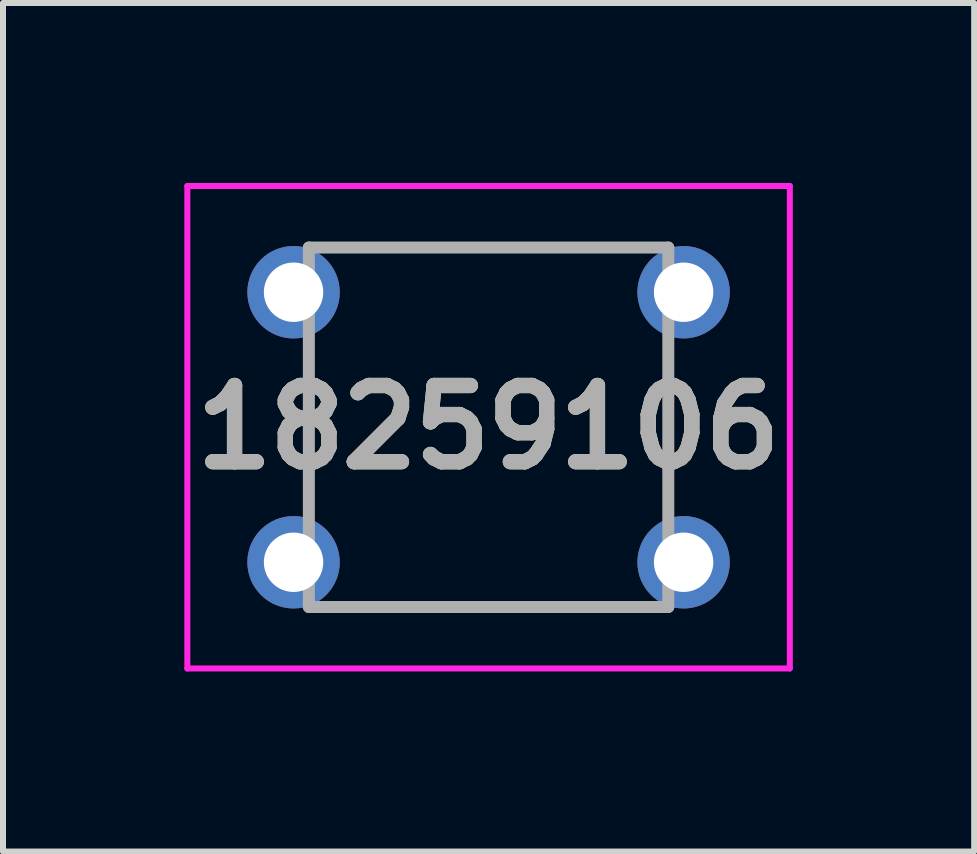
<source format=kicad_pcb>
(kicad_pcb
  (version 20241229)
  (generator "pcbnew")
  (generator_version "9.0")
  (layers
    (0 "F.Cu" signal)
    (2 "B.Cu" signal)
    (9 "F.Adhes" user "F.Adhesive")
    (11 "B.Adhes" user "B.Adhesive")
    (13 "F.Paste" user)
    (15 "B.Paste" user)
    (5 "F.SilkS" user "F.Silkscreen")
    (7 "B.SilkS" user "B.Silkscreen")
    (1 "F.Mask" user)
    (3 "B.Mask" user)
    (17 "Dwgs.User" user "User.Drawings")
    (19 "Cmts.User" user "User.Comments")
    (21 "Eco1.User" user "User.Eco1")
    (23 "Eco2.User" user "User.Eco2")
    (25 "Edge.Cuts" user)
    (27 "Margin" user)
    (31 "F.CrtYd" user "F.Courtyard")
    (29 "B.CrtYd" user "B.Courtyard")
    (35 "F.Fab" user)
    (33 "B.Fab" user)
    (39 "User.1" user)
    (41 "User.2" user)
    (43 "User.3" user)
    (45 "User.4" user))
  (footprint "18259106"
    (layer "F.Cu")
    (at 1.842 1.82)
    (property "Reference" "18259106" (at 3.25 2.25 0) (layer "F.SilkS") (effects (font (size 1.27 1.27) (thickness 0.254))))
    (attr through_hole)
    (fp_line (start 0.25 1.25) (end 0.25 1.25) (stroke (width 0.1) (type solid)) (layer "F.SilkS"))
    (fp_line (start 0.25 1.25) (end 0.255 3.25) (stroke (width 0.1) (type solid)) (layer "F.SilkS"))
    (fp_line (start 0.255 3.25) (end 0.255 3.25) (stroke (width 0.1) (type solid)) (layer "F.SilkS"))
    (fp_line (start 1.25 -0.75) (end 5.25 -0.75) (stroke (width 0.1) (type solid)) (layer "F.SilkS"))
    (fp_line (start 1.25 5.25) (end 5.25 5.25) (stroke (width 0.1) (type solid)) (layer "F.SilkS"))
    (fp_line (start 6.245 1.25) (end 6.245 1.25) (stroke (width 0.1) (type solid)) (layer "F.SilkS"))
    (fp_line (start 6.245 1.25) (end 6.25 3.25) (stroke (width 0.1) (type solid)) (layer "F.SilkS"))
    (fp_line (start -1.77 -1.77) (end 8.27 -1.77) (stroke (width 0.1) (type solid)) (layer "F.CrtYd"))
    (fp_line (start -1.77 6.27) (end -1.77 -1.77) (stroke (width 0.1) (type solid)) (layer "F.CrtYd"))
    (fp_line (start 8.27 -1.77) (end 8.27 6.27) (stroke (width 0.1) (type solid)) (layer "F.CrtYd"))
    (fp_line (start 8.27 6.27) (end -1.77 6.27) (stroke (width 0.1) (type solid)) (layer "F.CrtYd"))
    (fp_line (start 0.255 -0.745) (end 6.245 -0.745) (stroke (width 0.2) (type solid)) (layer "F.Fab"))
    (fp_line (start 0.255 5.245) (end 0.255 -0.745) (stroke (width 0.2) (type solid)) (layer "F.Fab"))
    (fp_line (start 6.245 -0.745) (end 6.245 5.245) (stroke (width 0.2) (type solid)) (layer "F.Fab"))
    (fp_line (start 6.245 5.245) (end 0.255 5.245) (stroke (width 0.2) (type solid)) (layer "F.Fab"))
    (fp_text user "${REFERENCE}" (at 3.25 2.25 0) (layer "F.Fab") (effects (font (size 1.27 1.27) (thickness 0.254))))
    (pad "1" thru_hole circle (at 0 0) (size 1.54 1.54) (drill 0.99) (layers "*.Cu" "*.Mask"))
    (pad "2" thru_hole circle (at 6.5 0) (size 1.54 1.54) (drill 0.99) (layers "*.Cu" "*.Mask"))
    (pad "3" thru_hole circle (at 0 4.5) (size 1.54 1.54) (drill 0.99) (layers "*.Cu" "*.Mask"))
    (pad "4" thru_hole circle (at 6.5 4.5) (size 1.54 1.54) (drill 0.99) (layers "*.Cu" "*.Mask")))
  (gr_rect
    (start -3 -3)
    (end 13.184 11.14)
    (stroke (width 0.1) (type default))
    (fill no)
    (layer "Edge.Cuts")))
</source>
